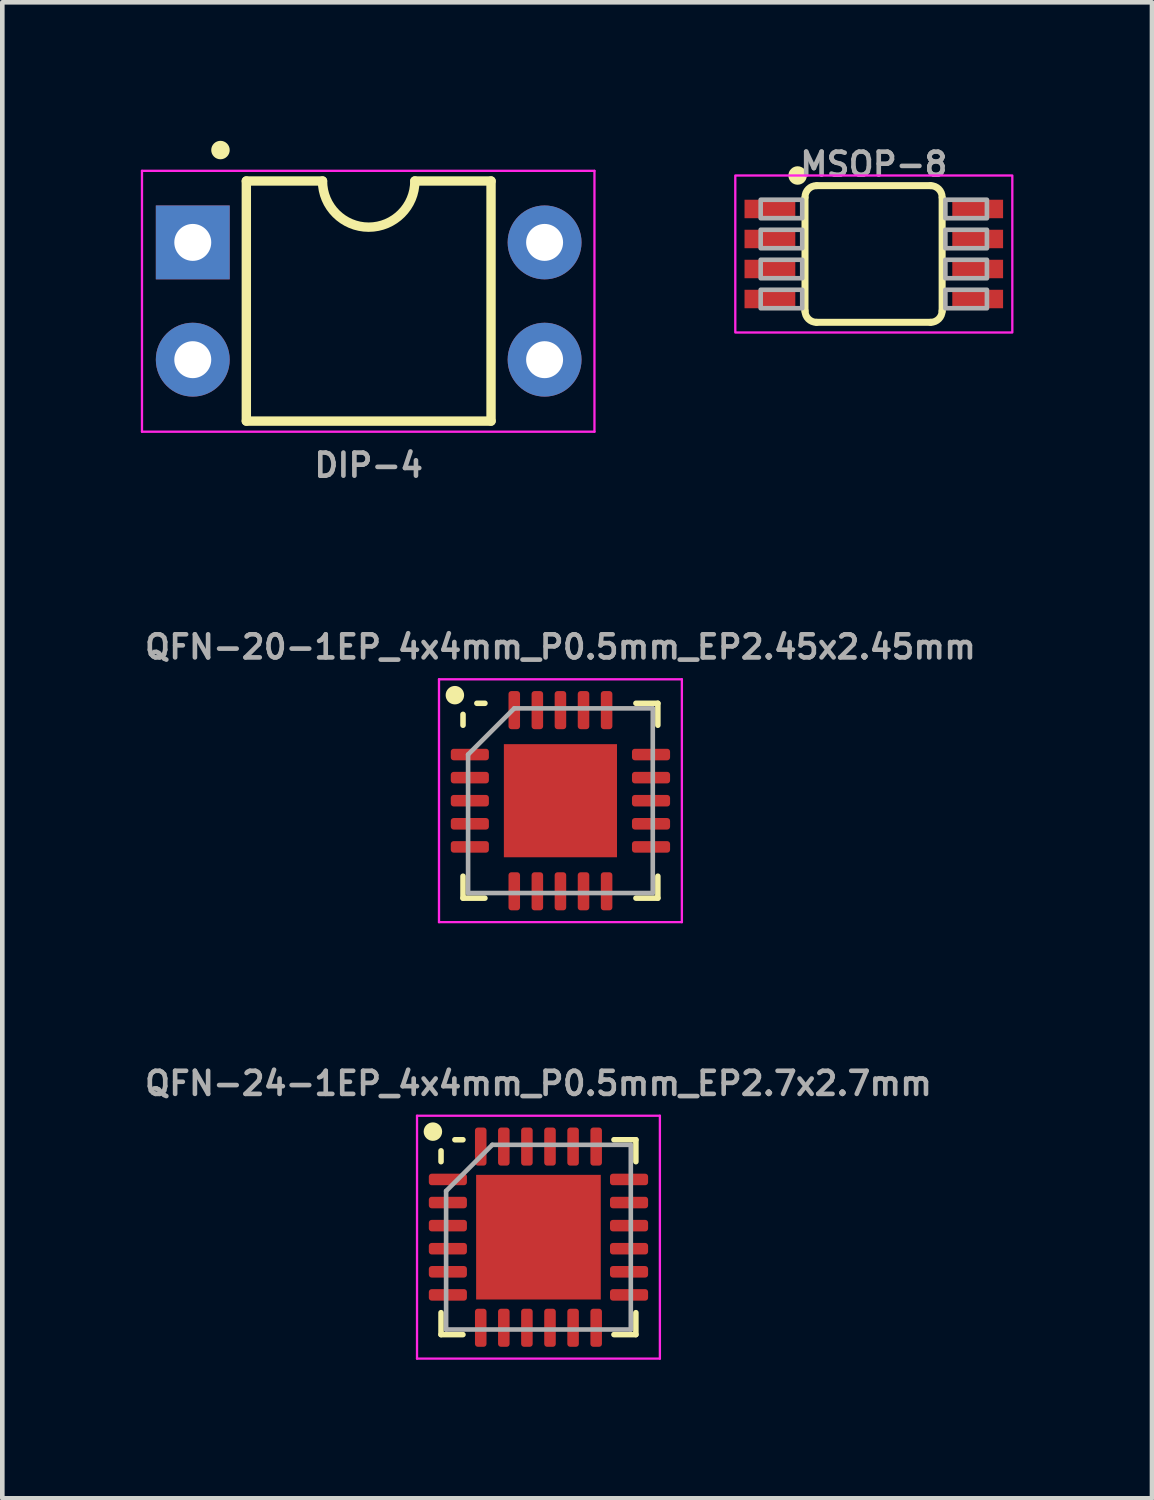
<source format=kicad_pcb>
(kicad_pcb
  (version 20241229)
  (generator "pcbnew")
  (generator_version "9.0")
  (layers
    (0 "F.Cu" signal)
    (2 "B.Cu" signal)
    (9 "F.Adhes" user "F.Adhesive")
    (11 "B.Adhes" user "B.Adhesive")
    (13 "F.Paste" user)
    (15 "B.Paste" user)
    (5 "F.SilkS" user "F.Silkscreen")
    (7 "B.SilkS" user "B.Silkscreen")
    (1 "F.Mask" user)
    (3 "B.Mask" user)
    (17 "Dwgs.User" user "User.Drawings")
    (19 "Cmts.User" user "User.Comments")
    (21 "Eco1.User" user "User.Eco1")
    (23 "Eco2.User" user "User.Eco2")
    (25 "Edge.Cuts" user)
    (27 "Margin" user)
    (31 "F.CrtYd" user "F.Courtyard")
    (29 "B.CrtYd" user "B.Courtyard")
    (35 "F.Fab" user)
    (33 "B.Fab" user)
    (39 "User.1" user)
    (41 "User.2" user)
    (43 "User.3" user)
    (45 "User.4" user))
  (footprint "DIP-4"
    (layer "F.Cu")
    (at 4.935 3.47)
    (property "Reference" "DIP-4" (at 0 3.556 0) (layer "F.Fab") (effects (font (size 0.5 0.5) (thickness 0.1) (bold yes))))
    (attr through_hole)
    (fp_line (start -2.65 -2.6) (end -2.65 2.6) (stroke (width 0.203) (type solid)) (layer "F.SilkS"))
    (fp_line (start -2.65 2.6) (end 2.65 2.6) (stroke (width 0.203) (type solid)) (layer "F.SilkS"))
    (fp_line (start -1 -2.6) (end -2.65 -2.6) (stroke (width 0.203) (type solid)) (layer "F.SilkS"))
    (fp_line (start 2.65 -2.6) (end 1 -2.6) (stroke (width 0.203) (type solid)) (layer "F.SilkS"))
    (fp_line (start 2.65 2.6) (end 2.65 -2.6) (stroke (width 0.203) (type solid)) (layer "F.SilkS"))
    (fp_arc (start 1 -2.6) (mid 0 -1.6) (end -1 -2.6) (stroke (width 0.2032) (type solid)) (layer "F.SilkS"))
    (fp_circle (center -3.21 -3.27) (end -3.21 -3.17) (stroke (width 0.2) (type solid)) (fill yes) (layer "F.SilkS"))
    (fp_line (start -4.91 -2.82) (end -4.91 2.83) (stroke (width 0.05) (type solid)) (layer "F.CrtYd"))
    (fp_line (start -4.91 2.83) (end 4.89 2.83) (stroke (width 0.05) (type solid)) (layer "F.CrtYd"))
    (fp_line (start 4.89 -2.82) (end -4.91 -2.82) (stroke (width 0.05) (type solid)) (layer "F.CrtYd"))
    (fp_line (start 4.89 2.83) (end 4.89 -2.82) (stroke (width 0.05) (type solid)) (layer "F.CrtYd"))
    (pad "1" thru_hole rect (at -3.81 -1.27) (size 1.6 1.6) (drill 0.8) (layers "*.Cu" "*.Mask"))
    (pad "2" thru_hole circle (at -3.81 1.27) (size 1.6 1.6) (drill 0.8) (layers "*.Cu" "*.Mask"))
    (pad "3" thru_hole circle (at 3.81 1.27) (size 1.6 1.6) (drill 0.8) (layers "*.Cu" "*.Mask"))
    (pad "4" thru_hole circle (at 3.81 -1.27) (size 1.6 1.6) (drill 0.8) (layers "*.Cu" "*.Mask")))
  (footprint "QFN-20-1EP_4x4mm_P0.5mm_EP2.45x2.45mm"
    (layer "F.Cu")
    (at 9.088 14.292)
    (property "Reference" "QFN-20-1EP_4x4mm_P0.5mm_EP2.45x2.45mm" (at 0 -3.33 0) (layer "F.Fab") (effects (font (size 0.5 0.5) (thickness 0.1))))
    (attr smd)
    (fp_line (start -2.11 -1.635) (end -2.11 -1.87) (stroke (width 0.12) (type solid)) (layer "F.SilkS"))
    (fp_line (start -2.11 2.11) (end -2.11 1.635) (stroke (width 0.12) (type solid)) (layer "F.SilkS"))
    (fp_line (start -1.635 -2.11) (end -1.81 -2.11) (stroke (width 0.12) (type solid)) (layer "F.SilkS"))
    (fp_line (start -1.635 2.11) (end -2.11 2.11) (stroke (width 0.12) (type solid)) (layer "F.SilkS"))
    (fp_line (start 1.635 -2.11) (end 2.11 -2.11) (stroke (width 0.12) (type solid)) (layer "F.SilkS"))
    (fp_line (start 1.635 2.11) (end 2.11 2.11) (stroke (width 0.12) (type solid)) (layer "F.SilkS"))
    (fp_line (start 2.11 -2.11) (end 2.11 -1.635) (stroke (width 0.12) (type solid)) (layer "F.SilkS"))
    (fp_line (start 2.11 2.11) (end 2.11 1.635) (stroke (width 0.12) (type solid)) (layer "F.SilkS"))
    (fp_circle (center -2.286 -2.286) (end -2.386 -2.286) (stroke (width 0.2) (type solid)) (fill yes) (layer "F.SilkS"))
    (fp_line (start -2.63 -2.63) (end -2.63 2.63) (stroke (width 0.05) (type solid)) (layer "F.CrtYd"))
    (fp_line (start -2.63 2.63) (end 2.63 2.63) (stroke (width 0.05) (type solid)) (layer "F.CrtYd"))
    (fp_line (start 2.63 -2.63) (end -2.63 -2.63) (stroke (width 0.05) (type solid)) (layer "F.CrtYd"))
    (fp_line (start 2.63 2.63) (end 2.63 -2.63) (stroke (width 0.05) (type solid)) (layer "F.CrtYd"))
    (fp_line (start -2 -1) (end -1 -2) (stroke (width 0.1) (type solid)) (layer "F.Fab"))
    (fp_line (start -2 2) (end -2 -1) (stroke (width 0.1) (type solid)) (layer "F.Fab"))
    (fp_line (start -1 -2) (end 2 -2) (stroke (width 0.1) (type solid)) (layer "F.Fab"))
    (fp_line (start 2 -2) (end 2 2) (stroke (width 0.1) (type solid)) (layer "F.Fab"))
    (fp_line (start 2 2) (end -2 2) (stroke (width 0.1) (type solid)) (layer "F.Fab"))
    (pad "" smd roundrect (at -0.565 -0.565) (size 0.87 0.87) (layers "F.Paste") (roundrect_rratio 0.229))
    (pad "" smd roundrect (at -0.565 0.565) (size 0.87 0.87) (layers "F.Paste") (roundrect_rratio 0.229))
    (pad "" smd roundrect (at 0.565 -0.565) (size 0.87 0.87) (layers "F.Paste") (roundrect_rratio 0.229))
    (pad "" smd roundrect (at 0.565 0.565) (size 0.87 0.87) (layers "F.Paste") (roundrect_rratio 0.229))
    (pad "1" smd roundrect (at -1.962 -1) (size 0.825 0.25) (layers "F.Cu" "F.Mask" "F.Paste") (roundrect_rratio 0.25))
    (pad "2" smd roundrect (at -1.962 -0.5) (size 0.825 0.25) (layers "F.Cu" "F.Mask" "F.Paste") (roundrect_rratio 0.25))
    (pad "3" smd roundrect (at -1.962 0) (size 0.825 0.25) (layers "F.Cu" "F.Mask" "F.Paste") (roundrect_rratio 0.25))
    (pad "4" smd roundrect (at -1.962 0.5) (size 0.825 0.25) (layers "F.Cu" "F.Mask" "F.Paste") (roundrect_rratio 0.25))
    (pad "5" smd roundrect (at -1.962 1) (size 0.825 0.25) (layers "F.Cu" "F.Mask" "F.Paste") (roundrect_rratio 0.25))
    (pad "6" smd roundrect (at -1 1.962) (size 0.25 0.825) (layers "F.Cu" "F.Mask" "F.Paste") (roundrect_rratio 0.25))
    (pad "7" smd roundrect (at -0.5 1.962) (size 0.25 0.825) (layers "F.Cu" "F.Mask" "F.Paste") (roundrect_rratio 0.25))
    (pad "8" smd roundrect (at 0 1.962) (size 0.25 0.825) (layers "F.Cu" "F.Mask" "F.Paste") (roundrect_rratio 0.25))
    (pad "9" smd roundrect (at 0.5 1.962) (size 0.25 0.825) (layers "F.Cu" "F.Mask" "F.Paste") (roundrect_rratio 0.25))
    (pad "10" smd roundrect (at 1 1.962) (size 0.25 0.825) (layers "F.Cu" "F.Mask" "F.Paste") (roundrect_rratio 0.25))
    (pad "11" smd roundrect (at 1.962 1) (size 0.825 0.25) (layers "F.Cu" "F.Mask" "F.Paste") (roundrect_rratio 0.25))
    (pad "12" smd roundrect (at 1.962 0.5) (size 0.825 0.25) (layers "F.Cu" "F.Mask" "F.Paste") (roundrect_rratio 0.25))
    (pad "13" smd roundrect (at 1.962 0) (size 0.825 0.25) (layers "F.Cu" "F.Mask" "F.Paste") (roundrect_rratio 0.25))
    (pad "14" smd roundrect (at 1.962 -0.5) (size 0.825 0.25) (layers "F.Cu" "F.Mask" "F.Paste") (roundrect_rratio 0.25))
    (pad "15" smd roundrect (at 1.962 -1) (size 0.825 0.25) (layers "F.Cu" "F.Mask" "F.Paste") (roundrect_rratio 0.25))
    (pad "16" smd roundrect (at 1 -1.962) (size 0.25 0.825) (layers "F.Cu" "F.Mask" "F.Paste") (roundrect_rratio 0.25))
    (pad "17" smd roundrect (at 0.5 -1.962) (size 0.25 0.825) (layers "F.Cu" "F.Mask" "F.Paste") (roundrect_rratio 0.25))
    (pad "18" smd roundrect (at 0 -1.962) (size 0.25 0.825) (layers "F.Cu" "F.Mask" "F.Paste") (roundrect_rratio 0.25))
    (pad "19" smd roundrect (at -0.5 -1.962) (size 0.25 0.825) (layers "F.Cu" "F.Mask" "F.Paste") (roundrect_rratio 0.25))
    (pad "20" smd roundrect (at -1 -1.962) (size 0.25 0.825) (layers "F.Cu" "F.Mask" "F.Paste") (roundrect_rratio 0.25))
    (pad "21" smd rect (at 0 0) (size 2.45 2.45) (property pad_prop_heatsink) (layers "F.Cu" "F.Mask")))
  (footprint "QFN-24-1EP_4x4mm_P0.5mm_EP2.7x2.7mm"
    (layer "F.Cu")
    (at 8.612 23.745)
    (property "Reference" "QFN-24-1EP_4x4mm_P0.5mm_EP2.7x2.7mm" (at 0 -3.33 0) (layer "F.Fab") (effects (font (size 0.5 0.5) (thickness 0.1))))
    (attr smd)
    (fp_line (start -2.11 -1.635) (end -2.11 -1.87) (stroke (width 0.12) (type solid)) (layer "F.SilkS"))
    (fp_line (start -2.11 2.11) (end -2.11 1.635) (stroke (width 0.12) (type solid)) (layer "F.SilkS"))
    (fp_line (start -1.635 -2.11) (end -1.81 -2.11) (stroke (width 0.12) (type solid)) (layer "F.SilkS"))
    (fp_line (start -1.635 2.11) (end -2.11 2.11) (stroke (width 0.12) (type solid)) (layer "F.SilkS"))
    (fp_line (start 1.635 -2.11) (end 2.11 -2.11) (stroke (width 0.12) (type solid)) (layer "F.SilkS"))
    (fp_line (start 1.635 2.11) (end 2.11 2.11) (stroke (width 0.12) (type solid)) (layer "F.SilkS"))
    (fp_line (start 2.11 -2.11) (end 2.11 -1.635) (stroke (width 0.12) (type solid)) (layer "F.SilkS"))
    (fp_line (start 2.11 2.11) (end 2.11 1.635) (stroke (width 0.12) (type solid)) (layer "F.SilkS"))
    (fp_circle (center -2.286 -2.286) (end -2.386 -2.286) (stroke (width 0.2) (type solid)) (fill yes) (layer "F.SilkS"))
    (fp_line (start -2.63 -2.63) (end -2.63 2.63) (stroke (width 0.05) (type solid)) (layer "F.CrtYd"))
    (fp_line (start -2.63 2.63) (end 2.63 2.63) (stroke (width 0.05) (type solid)) (layer "F.CrtYd"))
    (fp_line (start 2.63 -2.63) (end -2.63 -2.63) (stroke (width 0.05) (type solid)) (layer "F.CrtYd"))
    (fp_line (start 2.63 2.63) (end 2.63 -2.63) (stroke (width 0.05) (type solid)) (layer "F.CrtYd"))
    (fp_line (start -2 -1) (end -1 -2) (stroke (width 0.1) (type solid)) (layer "F.Fab"))
    (fp_line (start -2 2) (end -2 -1) (stroke (width 0.1) (type solid)) (layer "F.Fab"))
    (fp_line (start -1 -2) (end 2 -2) (stroke (width 0.1) (type solid)) (layer "F.Fab"))
    (fp_line (start 2 -2) (end 2 2) (stroke (width 0.1) (type solid)) (layer "F.Fab"))
    (fp_line (start 2 2) (end -2 2) (stroke (width 0.1) (type solid)) (layer "F.Fab"))
    (pad "" smd roundrect (at -0.675 -0.675) (size 1.09 1.09) (layers "F.Paste") (roundrect_rratio 0.229))
    (pad "" smd roundrect (at -0.675 0.675) (size 1.09 1.09) (layers "F.Paste") (roundrect_rratio 0.229))
    (pad "" smd roundrect (at 0.675 -0.675) (size 1.09 1.09) (layers "F.Paste") (roundrect_rratio 0.229))
    (pad "" smd roundrect (at 0.675 0.675) (size 1.09 1.09) (layers "F.Paste") (roundrect_rratio 0.229))
    (pad "1" smd roundrect (at -1.962 -1.25) (size 0.825 0.25) (layers "F.Cu" "F.Mask" "F.Paste") (roundrect_rratio 0.25))
    (pad "2" smd roundrect (at -1.962 -0.75) (size 0.825 0.25) (layers "F.Cu" "F.Mask" "F.Paste") (roundrect_rratio 0.25))
    (pad "3" smd roundrect (at -1.962 -0.25) (size 0.825 0.25) (layers "F.Cu" "F.Mask" "F.Paste") (roundrect_rratio 0.25))
    (pad "4" smd roundrect (at -1.962 0.25) (size 0.825 0.25) (layers "F.Cu" "F.Mask" "F.Paste") (roundrect_rratio 0.25))
    (pad "5" smd roundrect (at -1.962 0.75) (size 0.825 0.25) (layers "F.Cu" "F.Mask" "F.Paste") (roundrect_rratio 0.25))
    (pad "6" smd roundrect (at -1.962 1.25) (size 0.825 0.25) (layers "F.Cu" "F.Mask" "F.Paste") (roundrect_rratio 0.25))
    (pad "7" smd roundrect (at -1.25 1.962) (size 0.25 0.825) (layers "F.Cu" "F.Mask" "F.Paste") (roundrect_rratio 0.25))
    (pad "8" smd roundrect (at -0.75 1.962) (size 0.25 0.825) (layers "F.Cu" "F.Mask" "F.Paste") (roundrect_rratio 0.25))
    (pad "9" smd roundrect (at -0.25 1.962) (size 0.25 0.825) (layers "F.Cu" "F.Mask" "F.Paste") (roundrect_rratio 0.25))
    (pad "10" smd roundrect (at 0.25 1.962) (size 0.25 0.825) (layers "F.Cu" "F.Mask" "F.Paste") (roundrect_rratio 0.25))
    (pad "11" smd roundrect (at 0.75 1.962) (size 0.25 0.825) (layers "F.Cu" "F.Mask" "F.Paste") (roundrect_rratio 0.25))
    (pad "12" smd roundrect (at 1.25 1.962) (size 0.25 0.825) (layers "F.Cu" "F.Mask" "F.Paste") (roundrect_rratio 0.25))
    (pad "13" smd roundrect (at 1.962 1.25) (size 0.825 0.25) (layers "F.Cu" "F.Mask" "F.Paste") (roundrect_rratio 0.25))
    (pad "14" smd roundrect (at 1.962 0.75) (size 0.825 0.25) (layers "F.Cu" "F.Mask" "F.Paste") (roundrect_rratio 0.25))
    (pad "15" smd roundrect (at 1.962 0.25) (size 0.825 0.25) (layers "F.Cu" "F.Mask" "F.Paste") (roundrect_rratio 0.25))
    (pad "16" smd roundrect (at 1.962 -0.25) (size 0.825 0.25) (layers "F.Cu" "F.Mask" "F.Paste") (roundrect_rratio 0.25))
    (pad "17" smd roundrect (at 1.962 -0.75) (size 0.825 0.25) (layers "F.Cu" "F.Mask" "F.Paste") (roundrect_rratio 0.25))
    (pad "18" smd roundrect (at 1.962 -1.25) (size 0.825 0.25) (layers "F.Cu" "F.Mask" "F.Paste") (roundrect_rratio 0.25))
    (pad "19" smd roundrect (at 1.25 -1.962) (size 0.25 0.825) (layers "F.Cu" "F.Mask" "F.Paste") (roundrect_rratio 0.25))
    (pad "20" smd roundrect (at 0.75 -1.962) (size 0.25 0.825) (layers "F.Cu" "F.Mask" "F.Paste") (roundrect_rratio 0.25))
    (pad "21" smd roundrect (at 0.25 -1.962) (size 0.25 0.825) (layers "F.Cu" "F.Mask" "F.Paste") (roundrect_rratio 0.25))
    (pad "22" smd roundrect (at -0.25 -1.962) (size 0.25 0.825) (layers "F.Cu" "F.Mask" "F.Paste") (roundrect_rratio 0.25))
    (pad "23" smd roundrect (at -0.75 -1.962) (size 0.25 0.825) (layers "F.Cu" "F.Mask" "F.Paste") (roundrect_rratio 0.25))
    (pad "24" smd roundrect (at -1.25 -1.962) (size 0.25 0.825) (layers "F.Cu" "F.Mask" "F.Paste") (roundrect_rratio 0.25))
    (pad "25" smd rect (at 0 0) (size 2.7 2.7) (property pad_prop_heatsink) (layers "F.Cu" "F.Mask")))
  (footprint "MSOP-8"
    (layer "F.Cu")
    (at 15.875 2.451)
    (property "Reference" "MSOP-8" (at 0 -1.651 0) (layer "F.Fab") (effects (font (size 0.5 0.5) (thickness 0.1) (bold yes)) (justify bottom)))
    (attr smd)
    (fp_line (start -1.49 1.24) (end -1.49 -1.22) (stroke (width 0.152) (type solid)) (layer "F.SilkS"))
    (fp_line (start -1.24 1.48) (end 1.23 1.48) (stroke (width 0.152) (type solid)) (layer "F.SilkS"))
    (fp_line (start 1.23 -1.48) (end -1.23 -1.48) (stroke (width 0.152) (type solid)) (layer "F.SilkS"))
    (fp_line (start 1.48 -1.22) (end 1.48 1.24) (stroke (width 0.152) (type solid)) (layer "F.SilkS"))
    (fp_arc (start -1.49 -1.23) (mid -1.416777 -1.406777) (end -1.24 -1.48) (stroke (width 0.1524) (type solid)) (layer "F.SilkS"))
    (fp_arc (start -1.24 1.48) (mid -1.416777 1.406777) (end -1.49 1.23) (stroke (width 0.1524) (type solid)) (layer "F.SilkS"))
    (fp_arc (start 1.23 -1.48) (mid 1.406777 -1.406777) (end 1.48 -1.23) (stroke (width 0.1524) (type solid)) (layer "F.SilkS"))
    (fp_arc (start 1.48 1.23) (mid 1.406777 1.406777) (end 1.23 1.48) (stroke (width 0.1524) (type solid)) (layer "F.SilkS"))
    (fp_circle (center -1.65 -1.7) (end -1.65 -1.6) (stroke (width 0.2) (type solid)) (fill yes) (layer "F.SilkS"))
    (fp_rect (start 3 -1.7) (end -3 1.7) (stroke (width 0.05) (type default)) (fill no) (layer "F.CrtYd"))
    (fp_poly (pts (xy -2.45 -1.175) (xy -2.45 -0.775) (xy -1.55 -0.775) (xy -1.55 -1.175)) (stroke (width 0.1) (type default)) (fill no) (layer "F.Fab"))
    (fp_poly (pts (xy -2.45 -0.525) (xy -2.45 -0.125) (xy -1.55 -0.125) (xy -1.55 -0.525)) (stroke (width 0.1) (type default)) (fill no) (layer "F.Fab"))
    (fp_poly (pts (xy -2.45 0.125) (xy -2.45 0.525) (xy -1.55 0.525) (xy -1.55 0.125)) (stroke (width 0.1) (type default)) (fill no) (layer "F.Fab"))
    (fp_poly (pts (xy -2.45 0.775) (xy -2.45 1.175) (xy -1.55 1.175) (xy -1.55 0.775)) (stroke (width 0.1) (type default)) (fill no) (layer "F.Fab"))
    (fp_poly (pts (xy 1.55 -1.175) (xy 1.55 -0.775) (xy 2.45 -0.775) (xy 2.45 -1.175)) (stroke (width 0.1) (type default)) (fill no) (layer "F.Fab"))
    (fp_poly (pts (xy 1.55 -0.525) (xy 1.55 -0.125) (xy 2.45 -0.125) (xy 2.45 -0.525)) (stroke (width 0.1) (type default)) (fill no) (layer "F.Fab"))
    (fp_poly (pts (xy 1.55 0.125) (xy 1.55 0.525) (xy 2.45 0.525) (xy 2.45 0.125)) (stroke (width 0.1) (type default)) (fill no) (layer "F.Fab"))
    (fp_poly (pts (xy 1.55 0.775) (xy 1.55 1.175) (xy 2.45 1.175) (xy 2.45 0.775)) (stroke (width 0.1) (type default)) (fill no) (layer "F.Fab"))
    (pad "1" smd rect (at -2.25 -0.975 270) (size 0.4 1.1) (layers "F.Cu" "F.Mask" "F.Paste"))
    (pad "2" smd rect (at -2.25 -0.325 270) (size 0.4 1.1) (layers "F.Cu" "F.Mask" "F.Paste"))
    (pad "3" smd rect (at -2.25 0.325 270) (size 0.4 1.1) (layers "F.Cu" "F.Mask" "F.Paste"))
    (pad "4" smd rect (at -2.25 0.975 270) (size 0.4 1.1) (layers "F.Cu" "F.Mask" "F.Paste"))
    (pad "5" smd rect (at 2.25 0.975 270) (size 0.4 1.1) (layers "F.Cu" "F.Mask" "F.Paste"))
    (pad "6" smd rect (at 2.25 0.325 270) (size 0.4 1.1) (layers "F.Cu" "F.Mask" "F.Paste"))
    (pad "7" smd rect (at 2.25 -0.325 270) (size 0.4 1.1) (layers "F.Cu" "F.Mask" "F.Paste"))
    (pad "8" smd rect (at 2.25 -0.975 270) (size 0.4 1.1) (layers "F.Cu" "F.Mask" "F.Paste")))
  (gr_rect
    (start -3 -3)
    (end 21.9 29.4)
    (stroke (width 0.1) (type default))
    (fill no)
    (layer "Edge.Cuts")))
</source>
